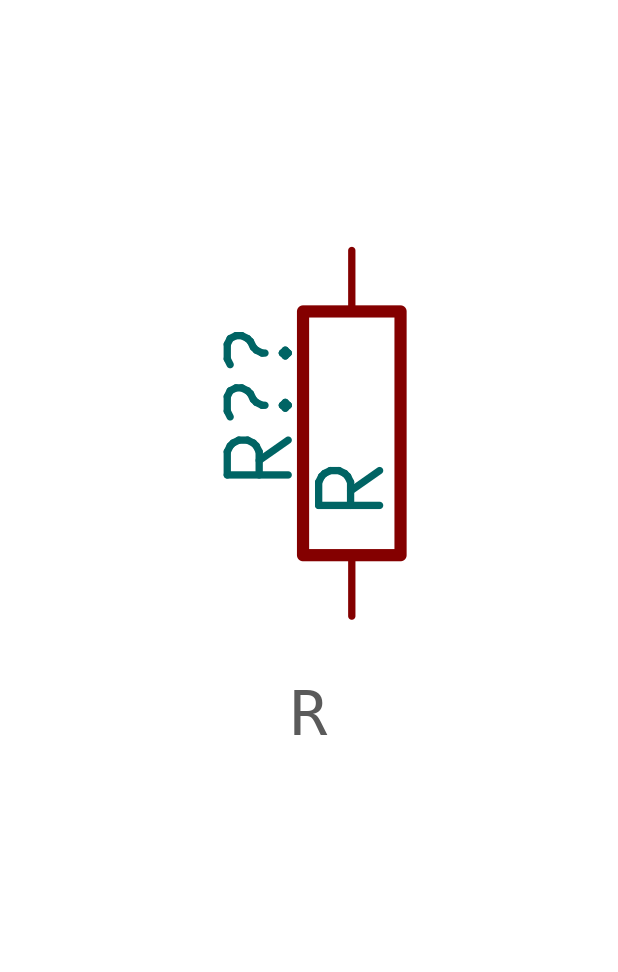
<source format=kicad_sym>
(kicad_symbol_lib
  (version 20211014)
  (generator kicad_symbol_editor)
  (symbol "R"
    (pin_numbers hide)
    (pin_names
      (offset 0))
    (property "Reference" "R?"
      (at -1.905 -1.27 90)
      (effects (font (size 1.27 1.27)) (justify left)))
    (property "Value" "R"
      (at 0 -1.905 90)
      (effects (font (size 1.27 1.27)) (justify left)))
    (symbol "R_0_1"
      (rectangle (start -1.016 -2.54) (end 1.016 2.54) (stroke (width 0.254) (type default) (color 0 0 0 0)) (fill (type none))))
    (symbol "R_1_1"
      (pin passive line (at 0 3.81 270) (length 1.27) (name "~" (effects (font (size 1.27 1.27)))) (number "1" (effects (font (size 1.27 1.27)))))
      (pin passive line (at 0 -3.81 90) (length 1.27) (name "~" (effects (font (size 1.27 1.27)))) (number "2" (effects (font (size 1.27 1.27))))))))
</source>
